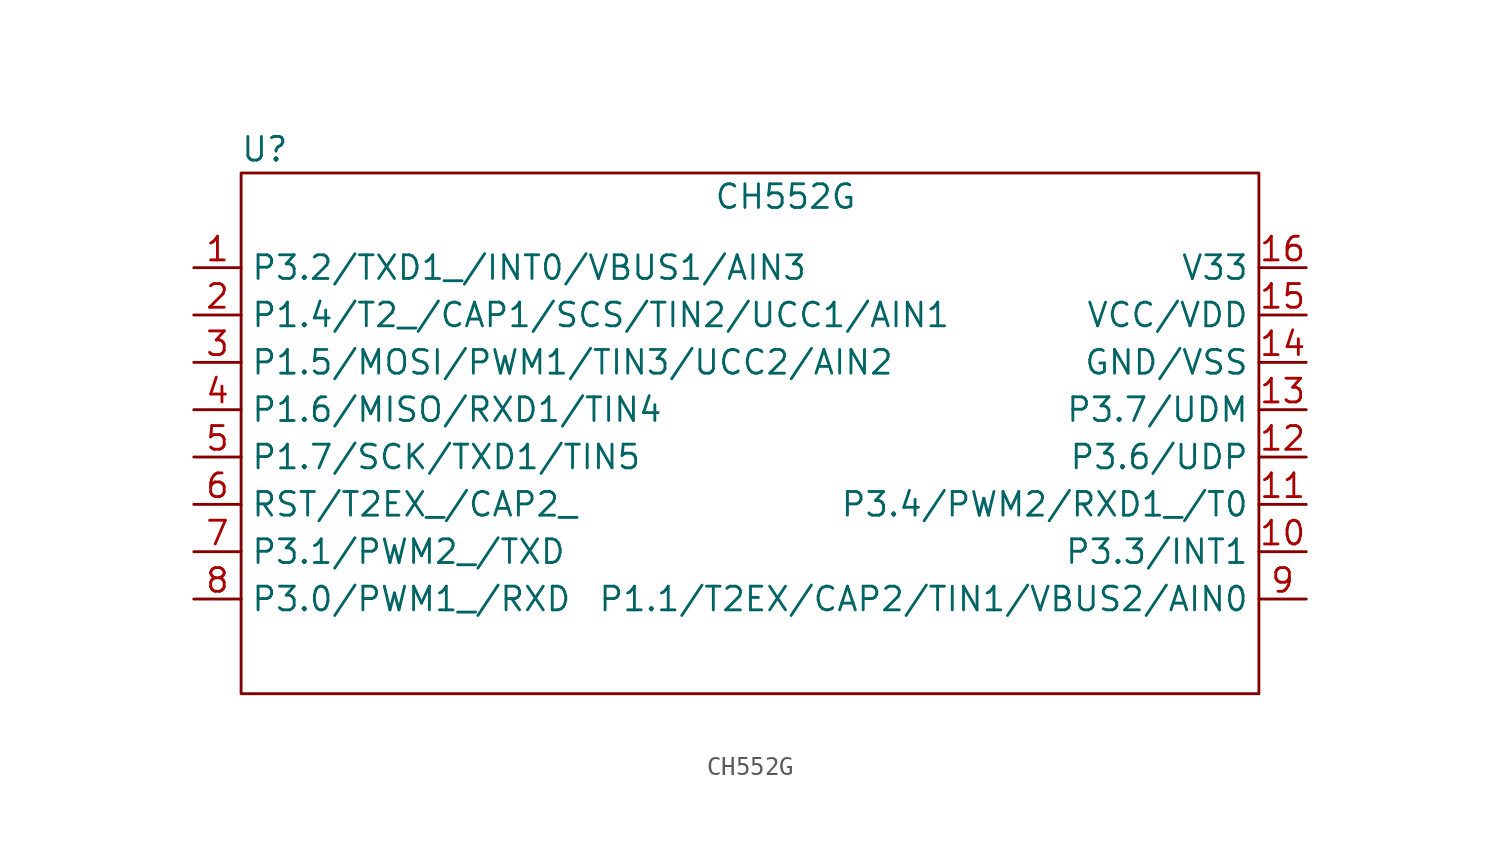
<source format=kicad_sym>
(kicad_symbol_lib
  (version 20211014)
  (generator kicad_symbol_editor)
  (symbol "CH552G"
    (property "Reference" "U"
      (at 3.81 6.35 0)
      (effects (font (size 1.27 1.27))))
    (property "Value" "CH552G"
      (at 31.75 3.81 0)
      (effects (font (size 1.27 1.27))))
    (symbol "CH552G_0_1"
      (rectangle (start 2.54 5.08) (end 57.15 -22.86) (stroke (width 0) (type default) (color 0 0 0 0)) (fill (type none))))
    (symbol "CH552G_1_1"
      (pin bidirectional line (at 0 0 0) (length 2.54) (name "P3.2/TXD1_/INT0/VBUS1/AIN3" (effects (font (size 1.27 1.27)))) (number "1" (effects (font (size 1.27 1.27)))))
      (pin bidirectional line (at 59.69 -15.24 180) (length 2.54) (name "P3.3/INT1" (effects (font (size 1.27 1.27)))) (number "10" (effects (font (size 1.27 1.27)))))
      (pin bidirectional line (at 59.69 -12.7 180) (length 2.54) (name "P3.4/PWM2/RXD1_/T0" (effects (font (size 1.27 1.27)))) (number "11" (effects (font (size 1.27 1.27)))))
      (pin bidirectional line (at 59.69 -10.16 180) (length 2.54) (name "P3.6/UDP" (effects (font (size 1.27 1.27)))) (number "12" (effects (font (size 1.27 1.27)))))
      (pin bidirectional line (at 59.69 -7.62 180) (length 2.54) (name "P3.7/UDM" (effects (font (size 1.27 1.27)))) (number "13" (effects (font (size 1.27 1.27)))))
      (pin power_in line (at 59.69 -5.08 180) (length 2.54) (name "GND/VSS" (effects (font (size 1.27 1.27)))) (number "14" (effects (font (size 1.27 1.27)))))
      (pin power_in line (at 59.69 -2.54 180) (length 2.54) (name "VCC/VDD" (effects (font (size 1.27 1.27)))) (number "15" (effects (font (size 1.27 1.27)))))
      (pin unspecified line (at 59.69 0 180) (length 2.54) (name "V33" (effects (font (size 1.27 1.27)))) (number "16" (effects (font (size 1.27 1.27)))))
      (pin bidirectional line (at 0 -2.54 0) (length 2.54) (name "P1.4/T2_/CAP1/SCS/TIN2/UCC1/AIN1" (effects (font (size 1.27 1.27)))) (number "2" (effects (font (size 1.27 1.27)))))
      (pin bidirectional line (at 0 -5.08 0) (length 2.54) (name "P1.5/MOSI/PWM1/TIN3/UCC2/AIN2" (effects (font (size 1.27 1.27)))) (number "3" (effects (font (size 1.27 1.27)))))
      (pin bidirectional line (at 0 -7.62 0) (length 2.54) (name "P1.6/MISO/RXD1/TIN4" (effects (font (size 1.27 1.27)))) (number "4" (effects (font (size 1.27 1.27)))))
      (pin bidirectional line (at 0 -10.16 0) (length 2.54) (name "P1.7/SCK/TXD1/TIN5" (effects (font (size 1.27 1.27)))) (number "5" (effects (font (size 1.27 1.27)))))
      (pin bidirectional line (at 0 -12.7 0) (length 2.54) (name "RST/T2EX_/CAP2_" (effects (font (size 1.27 1.27)))) (number "6" (effects (font (size 1.27 1.27)))))
      (pin bidirectional line (at 0 -15.24 0) (length 2.54) (name "P3.1/PWM2_/TXD" (effects (font (size 1.27 1.27)))) (number "7" (effects (font (size 1.27 1.27)))))
      (pin bidirectional line (at 0 -17.78 0) (length 2.54) (name "P3.0/PWM1_/RXD" (effects (font (size 1.27 1.27)))) (number "8" (effects (font (size 1.27 1.27)))))
      (pin bidirectional line (at 59.69 -17.78 180) (length 2.54) (name "P1.1/T2EX/CAP2/TIN1/VBUS2/AIN0" (effects (font (size 1.27 1.27)))) (number "9" (effects (font (size 1.27 1.27))))))))
</source>
